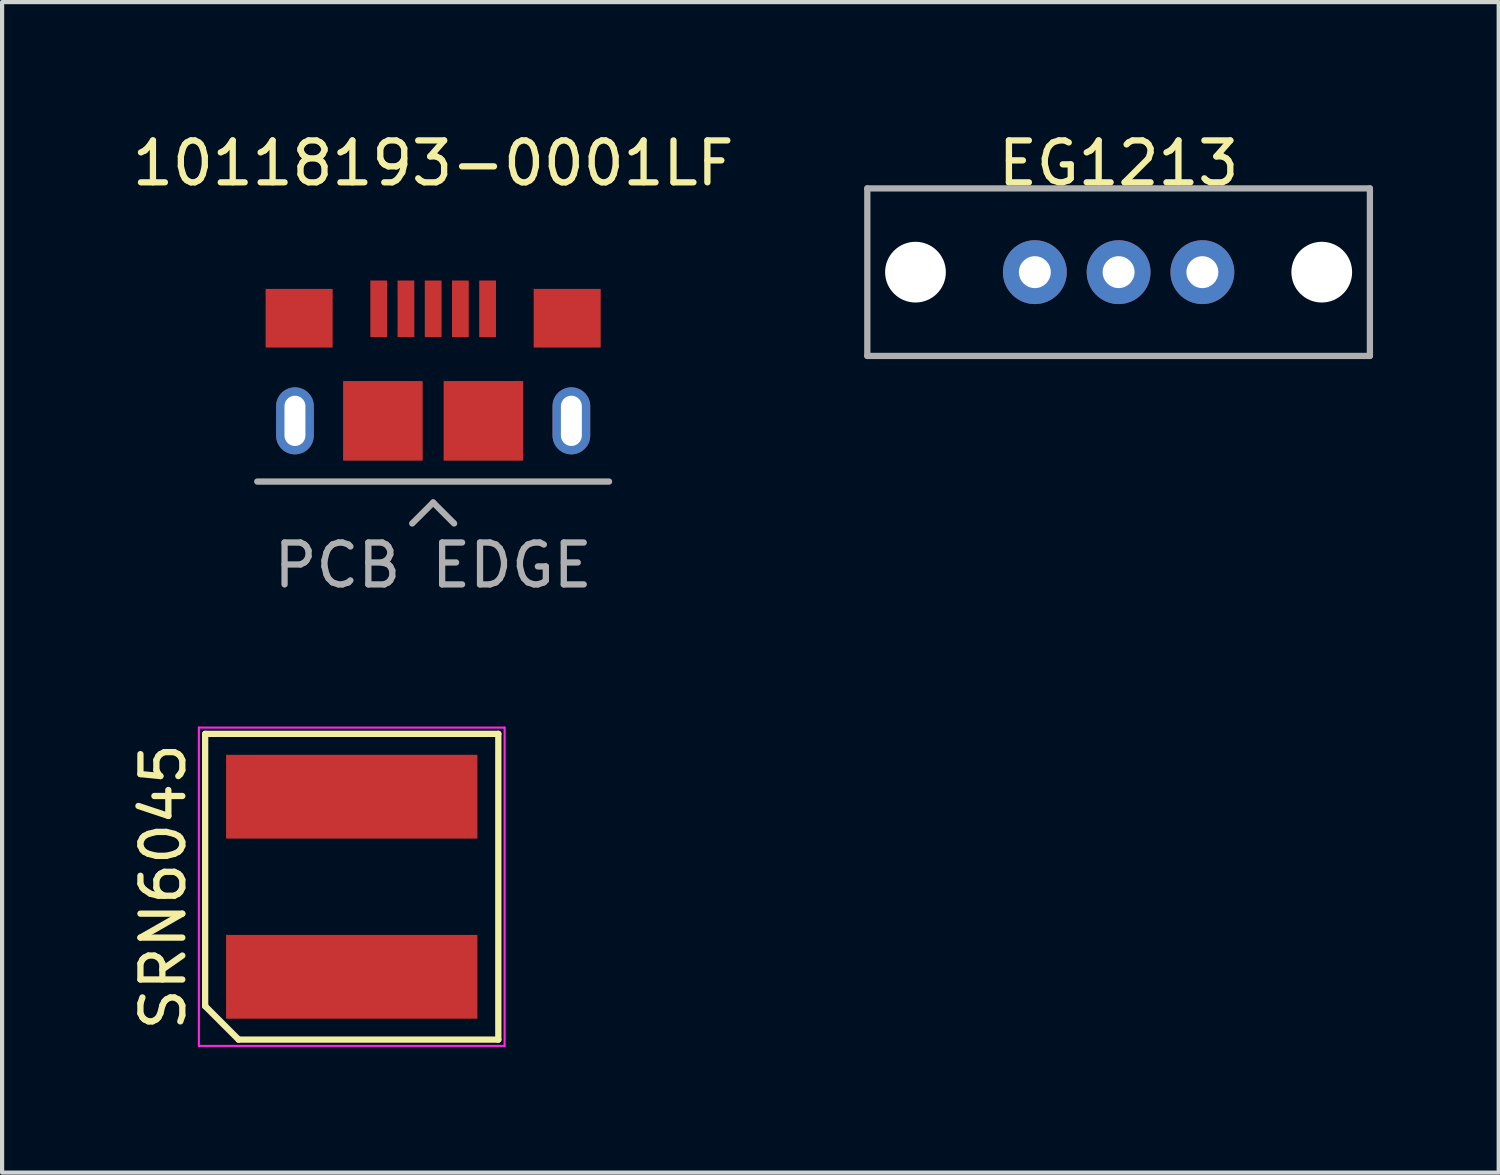
<source format=kicad_pcb>
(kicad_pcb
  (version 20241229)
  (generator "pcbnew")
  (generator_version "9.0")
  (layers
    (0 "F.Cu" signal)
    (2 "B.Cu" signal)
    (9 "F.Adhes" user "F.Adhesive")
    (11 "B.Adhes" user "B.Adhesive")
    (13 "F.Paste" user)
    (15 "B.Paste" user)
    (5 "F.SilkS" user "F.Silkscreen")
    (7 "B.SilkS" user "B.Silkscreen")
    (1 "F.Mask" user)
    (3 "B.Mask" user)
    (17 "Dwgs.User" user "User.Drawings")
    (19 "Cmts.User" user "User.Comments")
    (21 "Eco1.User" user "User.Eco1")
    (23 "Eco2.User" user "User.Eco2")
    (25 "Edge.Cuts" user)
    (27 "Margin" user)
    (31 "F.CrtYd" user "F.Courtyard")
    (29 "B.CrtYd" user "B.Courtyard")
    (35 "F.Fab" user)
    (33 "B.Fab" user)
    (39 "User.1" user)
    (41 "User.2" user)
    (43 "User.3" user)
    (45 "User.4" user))
  (footprint "SRN6045"
    (layer "F.Cu")
    (at 5.348 18.122)
    (property "Reference" "SRN6045" (at -4.5 0 90) (layer "F.SilkS") (effects (font (size 1 1) (thickness 0.15))))
    (attr smd)
    (fp_line (start -3.5 -3.65) (end 3.5 -3.65) (stroke (width 0.15) (type solid)) (layer "F.SilkS"))
    (fp_line (start -3.5 2.85) (end -3.5 -3.65) (stroke (width 0.15) (type solid)) (layer "F.SilkS"))
    (fp_line (start -2.7 3.65) (end -3.5 2.85) (stroke (width 0.15) (type solid)) (layer "F.SilkS"))
    (fp_line (start 3.5 -3.65) (end 3.5 3.65) (stroke (width 0.15) (type solid)) (layer "F.SilkS"))
    (fp_line (start 3.5 3.65) (end -2.7 3.65) (stroke (width 0.15) (type solid)) (layer "F.SilkS"))
    (fp_line (start -3.65 -3.8) (end 3.65 -3.8) (stroke (width 0.05) (type solid)) (layer "F.CrtYd"))
    (fp_line (start -3.65 3.8) (end -3.65 -3.8) (stroke (width 0.05) (type solid)) (layer "F.CrtYd"))
    (fp_line (start 3.65 -3.8) (end 3.65 3.8) (stroke (width 0.05) (type solid)) (layer "F.CrtYd"))
    (fp_line (start 3.65 3.8) (end -3.65 3.8) (stroke (width 0.05) (type solid)) (layer "F.CrtYd"))
    (pad "1" smd rect (at 0 2.15) (size 6 2) (layers "F.Cu" "F.Mask" "F.Paste"))
    (pad "2" smd rect (at 0 -2.15) (size 6 2) (layers "F.Cu" "F.Mask" "F.Paste")))
  (footprint "10118193-0001LF"
    (layer "F.Cu")
    (at 7.292 8.448)
    (property "Reference" "10118193-0001LF" (at 0 -7.6 0) (layer "F.SilkS") (effects (font (size 1 1) (thickness 0.15))))
    (attr through_hole)
    (fp_line (start -4.2 0) (end 4.2 0) (stroke (width 0.15) (type solid)) (layer "F.Fab"))
    (fp_line (start -0.5 1) (end 0 0.5) (stroke (width 0.15) (type solid)) (layer "F.Fab"))
    (fp_line (start 0.5 1) (end 0 0.5) (stroke (width 0.15) (type solid)) (layer "F.Fab"))
    (fp_text user "PCB EDGE" (at 0 2 0) (layer "F.Fab") (effects (font (size 1 1) (thickness 0.15))))
    (pad "1" smd rect (at -1.3 -4.125) (size 0.4 1.35) (layers "F.Cu" "F.Mask" "F.Paste"))
    (pad "2" smd rect (at -0.65 -4.125) (size 0.4 1.35) (layers "F.Cu" "F.Mask" "F.Paste"))
    (pad "3" smd rect (at 0 -4.125) (size 0.4 1.35) (layers "F.Cu" "F.Mask" "F.Paste"))
    (pad "4" smd rect (at 0.65 -4.125) (size 0.4 1.35) (layers "F.Cu" "F.Mask" "F.Paste"))
    (pad "5" smd rect (at 1.3 -4.125) (size 0.4 1.35) (layers "F.Cu" "F.Mask" "F.Paste"))
    (pad "6" thru_hole oval (at -3.3 -1.45) (size 0.9 1.6) (drill oval 0.5 1.2) (layers "*.Cu" "*.Mask" "F.Paste"))
    (pad "6" smd rect (at -3.2 -3.9) (size 1.6 1.4) (layers "F.Cu" "F.Mask" "F.Paste"))
    (pad "6" smd rect (at -1.2 -1.45) (size 1.9 1.9) (layers "F.Cu" "F.Mask" "F.Paste"))
    (pad "6" smd rect (at 1.2 -1.45) (size 1.9 1.9) (layers "F.Cu" "F.Mask" "F.Paste"))
    (pad "6" smd rect (at 3.2 -3.9) (size 1.6 1.4) (layers "F.Cu" "F.Mask" "F.Paste"))
    (pad "6" thru_hole oval (at 3.3 -1.45) (size 0.9 1.6) (drill oval 0.5 1.2) (layers "*.Cu" "*.Mask" "F.Paste")))
  (footprint "EG1213"
    (layer "F.Cu")
    (at 23.658 3.448)
    (property "Reference" "EG1213" (at 0 -2.6 0) (layer "F.SilkS") (effects (font (size 1 1) (thickness 0.15))))
    (attr through_hole)
    (fp_line (start -6 -2) (end 6 -2) (stroke (width 0.15) (type solid)) (layer "F.Fab"))
    (fp_line (start -6 2) (end -6 -2) (stroke (width 0.15) (type solid)) (layer "F.Fab"))
    (fp_line (start 6 -2) (end 6 2) (stroke (width 0.15) (type solid)) (layer "F.Fab"))
    (fp_line (start 6 2) (end -6 2) (stroke (width 0.15) (type solid)) (layer "F.Fab"))
    (pad "" np_thru_hole circle (at -4.85 0) (size 1.45 1.45) (drill 1.45) (layers "*.Cu" "*.Mask"))
    (pad "" np_thru_hole circle (at 4.85 0) (size 1.45 1.45) (drill 1.45) (layers "*.Cu" "*.Mask"))
    (pad "1" thru_hole circle (at -2 0) (size 1.524 1.524) (drill 0.762) (layers "*.Cu" "*.Mask"))
    (pad "2" thru_hole circle (at 0 0) (size 1.524 1.524) (drill 0.762) (layers "*.Cu" "*.Mask"))
    (pad "3" thru_hole circle (at 2 0) (size 1.524 1.524) (drill 0.762) (layers "*.Cu" "*.Mask")))
  (gr_rect
    (start -3 -3)
    (end 32.733 24.947)
    (stroke (width 0.1) (type default))
    (fill no)
    (layer "Edge.Cuts")))
</source>
